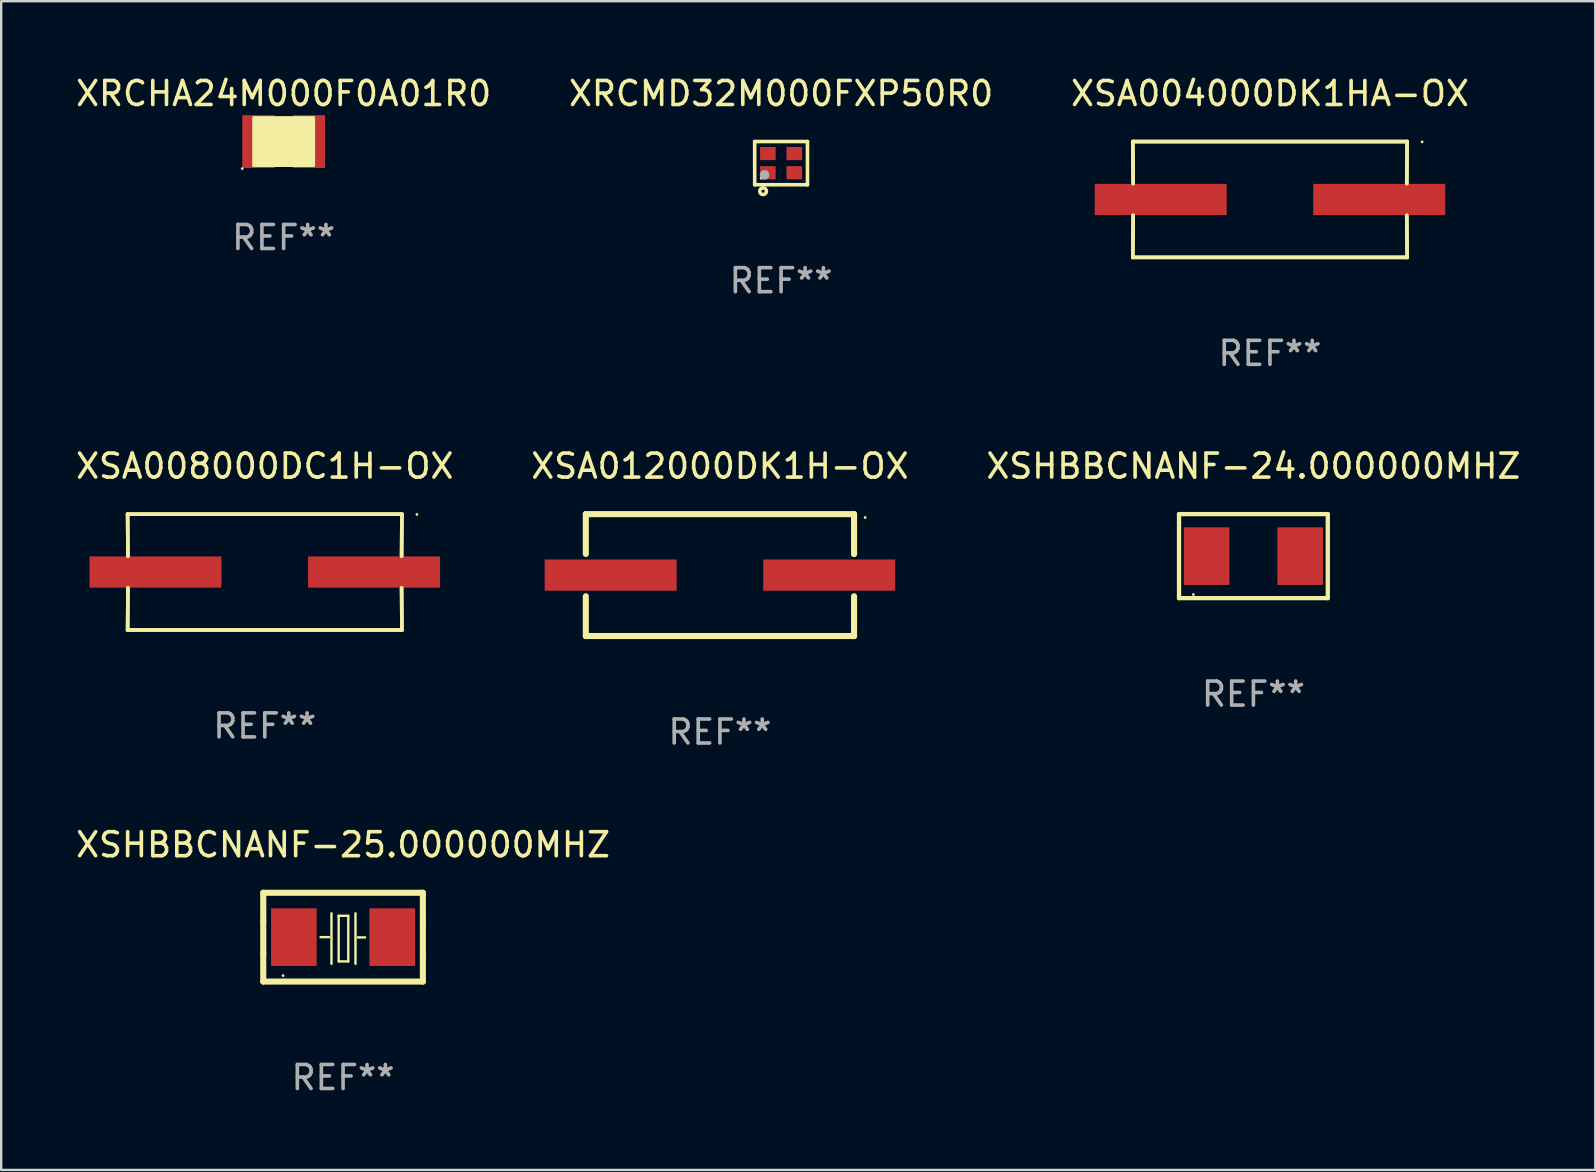
<source format=kicad_pcb>
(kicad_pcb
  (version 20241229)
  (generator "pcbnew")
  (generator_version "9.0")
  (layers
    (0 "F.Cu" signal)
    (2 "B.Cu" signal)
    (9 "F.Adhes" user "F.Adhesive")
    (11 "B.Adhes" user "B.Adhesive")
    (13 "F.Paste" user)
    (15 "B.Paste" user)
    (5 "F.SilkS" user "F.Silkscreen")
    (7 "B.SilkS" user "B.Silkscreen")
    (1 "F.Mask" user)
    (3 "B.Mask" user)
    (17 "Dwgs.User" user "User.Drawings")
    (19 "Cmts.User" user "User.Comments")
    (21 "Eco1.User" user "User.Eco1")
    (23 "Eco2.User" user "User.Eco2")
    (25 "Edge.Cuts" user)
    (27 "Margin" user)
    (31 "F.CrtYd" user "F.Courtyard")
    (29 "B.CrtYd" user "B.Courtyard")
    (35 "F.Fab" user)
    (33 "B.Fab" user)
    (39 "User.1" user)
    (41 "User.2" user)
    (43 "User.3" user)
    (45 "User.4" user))
  (footprint "XSA008000DC1H-OX"
    (layer "F.Cu")
    (at 7.982 20.784)
    (property "Reference" "XSA008000DC1H-OX" (at 0 -4.413 0) (layer "F.SilkS") (effects (font (size 1 1) (thickness 0.15))))
    (attr through_hole)
    (fp_line (start -5.715 -2.413) (end -5.7 -0.662) (stroke (width 0.152) (type solid)) (layer "F.SilkS"))
    (fp_line (start -5.715 -2.413) (end -5.7 -0.662) (stroke (width 0.152) (type solid)) (layer "F.SilkS"))
    (fp_line (start -5.715 2.413) (end 5.715 2.413) (stroke (width 0.152) (type solid)) (layer "F.SilkS"))
    (fp_line (start -5.715 2.413) (end 5.715 2.413) (stroke (width 0.152) (type solid)) (layer "F.SilkS"))
    (fp_line (start -5.7 0.662) (end -5.715 2.413) (stroke (width 0.152) (type solid)) (layer "F.SilkS"))
    (fp_line (start -5.7 0.662) (end -5.715 2.413) (stroke (width 0.152) (type solid)) (layer "F.SilkS"))
    (fp_line (start 5.7 -0.662) (end 5.715 -2.413) (stroke (width 0.152) (type solid)) (layer "F.SilkS"))
    (fp_line (start 5.7 -0.662) (end 5.715 -2.413) (stroke (width 0.152) (type solid)) (layer "F.SilkS"))
    (fp_line (start 5.715 -2.413) (end -5.715 -2.413) (stroke (width 0.152) (type solid)) (layer "F.SilkS"))
    (fp_line (start 5.715 -2.413) (end -5.715 -2.413) (stroke (width 0.152) (type solid)) (layer "F.SilkS"))
    (fp_line (start 5.715 2.413) (end 5.7 0.662) (stroke (width 0.152) (type solid)) (layer "F.SilkS"))
    (fp_line (start 5.715 2.413) (end 5.7 0.662) (stroke (width 0.152) (type solid)) (layer "F.SilkS"))
    (fp_circle (center 6.34 -2.4) (end 6.37 -2.4) (stroke (width 0.06) (type solid)) (fill no) (layer "F.SilkS"))
    (fp_text user "REF**" (at 0 6.413 0) (layer "F.Fab") (effects (font (size 1 1) (thickness 0.15))))
    (pad "1" smd rect (at 4.553 0) (size 5.5 1.3) (layers "F.Cu" "F.Mask" "F.Paste"))
    (pad "2" smd rect (at -4.553 0) (size 5.5 1.3) (layers "F.Cu" "F.Mask" "F.Paste")))
  (footprint "XRCHA24M000F0A01R0"
    (layer "F.Cu")
    (at 8.768 2.848)
    (property "Reference" "XRCHA24M000F0A01R0" (at 0 -2 0) (layer "F.SilkS") (effects (font (size 1 1) (thickness 0.15))))
    (attr through_hole)
    (fp_circle (center -1.724 1.127) (end -1.694 1.127) (stroke (width 0.06) (type solid)) (fill no) (layer "F.SilkS"))
    (fp_poly (pts (xy -1.25 -1) (xy 1.25 -1) (xy 1.25 1) (xy -1.25 1)) (stroke (width 0.12) (type solid)) (fill yes) (layer "F.SilkS"))
    (fp_text user "REF**" (at 0 4 0) (layer "F.Fab") (effects (font (size 1 1) (thickness 0.15))))
    (pad "1" smd rect (at -1.049 0) (size 1.35 2.2) (layers "F.Cu" "F.Mask" "F.Paste"))
    (pad "2" smd rect (at 1.049 0) (size 1.35 2.2) (layers "F.Cu" "F.Mask" "F.Paste")))
  (footprint "XSA004000DK1HA-OX"
    (layer "F.Cu")
    (at 49.863 5.261)
    (property "Reference" "XSA004000DK1HA-OX" (at 0 -4.413 0) (layer "F.SilkS") (effects (font (size 1 1) (thickness 0.15))))
    (attr through_hole)
    (fp_line (start -5.715 -2.413) (end -5.7 -0.662) (stroke (width 0.152) (type solid)) (layer "F.SilkS"))
    (fp_line (start -5.715 -2.413) (end -5.7 -0.662) (stroke (width 0.152) (type solid)) (layer "F.SilkS"))
    (fp_line (start -5.715 2.413) (end 5.715 2.413) (stroke (width 0.152) (type solid)) (layer "F.SilkS"))
    (fp_line (start -5.715 2.413) (end 5.715 2.413) (stroke (width 0.152) (type solid)) (layer "F.SilkS"))
    (fp_line (start -5.7 0.662) (end -5.715 2.413) (stroke (width 0.152) (type solid)) (layer "F.SilkS"))
    (fp_line (start -5.7 0.662) (end -5.715 2.413) (stroke (width 0.152) (type solid)) (layer "F.SilkS"))
    (fp_line (start 5.7 -0.662) (end 5.715 -2.413) (stroke (width 0.152) (type solid)) (layer "F.SilkS"))
    (fp_line (start 5.7 -0.662) (end 5.715 -2.413) (stroke (width 0.152) (type solid)) (layer "F.SilkS"))
    (fp_line (start 5.715 -2.413) (end -5.715 -2.413) (stroke (width 0.152) (type solid)) (layer "F.SilkS"))
    (fp_line (start 5.715 -2.413) (end -5.715 -2.413) (stroke (width 0.152) (type solid)) (layer "F.SilkS"))
    (fp_line (start 5.715 2.413) (end 5.7 0.662) (stroke (width 0.152) (type solid)) (layer "F.SilkS"))
    (fp_line (start 5.715 2.413) (end 5.7 0.662) (stroke (width 0.152) (type solid)) (layer "F.SilkS"))
    (fp_circle (center 6.34 -2.4) (end 6.37 -2.4) (stroke (width 0.06) (type solid)) (fill no) (layer "F.SilkS"))
    (fp_text user "REF**" (at 0 6.413 0) (layer "F.Fab") (effects (font (size 1 1) (thickness 0.15))))
    (pad "1" smd rect (at 4.553 0) (size 5.5 1.3) (layers "F.Cu" "F.Mask" "F.Paste"))
    (pad "2" smd rect (at -4.553 0) (size 5.5 1.3) (layers "F.Cu" "F.Mask" "F.Paste")))
  (footprint "XSHBBCNANF-24.000000MHZ"
    (layer "F.Cu")
    (at 49.173 20.121)
    (property "Reference" "XSHBBCNANF-24.000000MHZ" (at 0 -3.75 0) (layer "F.SilkS") (effects (font (size 1 1) (thickness 0.15))))
    (attr through_hole)
    (fp_line (start -3.099 -1.75) (end 3.099 -1.75) (stroke (width 0.18) (type solid)) (layer "F.SilkS"))
    (fp_line (start -3.099 -1.4) (end -3.099 -1.75) (stroke (width 0.18) (type solid)) (layer "F.SilkS"))
    (fp_line (start -3.099 1.75) (end -3.099 -1.4) (stroke (width 0.18) (type solid)) (layer "F.SilkS"))
    (fp_line (start 3.099 -1.75) (end 3.099 1.75) (stroke (width 0.18) (type solid)) (layer "F.SilkS"))
    (fp_line (start 3.099 1.75) (end -3.099 1.75) (stroke (width 0.18) (type solid)) (layer "F.SilkS"))
    (fp_circle (center -2.5 1.6) (end -2.47 1.6) (stroke (width 0.06) (type solid)) (fill no) (layer "F.SilkS"))
    (fp_text user "REF**" (at 0 5.75 0) (layer "F.Fab") (effects (font (size 1 1) (thickness 0.15))))
    (pad "1" smd rect (at -1.95 0) (size 1.9 2.4) (layers "F.Cu" "F.Mask" "F.Paste"))
    (pad "2" smd rect (at 1.95 0) (size 1.9 2.4) (layers "F.Cu" "F.Mask" "F.Paste")))
  (footprint "XSHBBCNANF-25.000000MHZ"
    (layer "F.Cu")
    (at 11.244 35.997)
    (property "Reference" "XSHBBCNANF-25.000000MHZ" (at 0 -3.85 0) (layer "F.SilkS") (effects (font (size 1 1) (thickness 0.15))))
    (attr through_hole)
    (fp_line (start -3.325 0.7) (end -3.325 -0.7) (stroke (width 0.254) (type solid)) (layer "F.SilkS"))
    (fp_line (start -3.325 -1.85) (end 3.325 -1.85) (stroke (width 0.254) (type solid)) (layer "F.SilkS"))
    (fp_line (start -3.325 -0.7) (end -3.325 -1.85) (stroke (width 0.254) (type solid)) (layer "F.SilkS"))
    (fp_line (start -3.325 1.85) (end -3.325 0.7) (stroke (width 0.254) (type solid)) (layer "F.SilkS"))
    (fp_line (start -0.94 -0.000127) (end -0.584 -0.000127) (stroke (width 0.1) (type solid)) (layer "F.SilkS"))
    (fp_line (start -0.483 -0.991) (end -0.483 1.109) (stroke (width 0.1) (type solid)) (layer "F.SilkS"))
    (fp_line (start -0.183 -0.891) (end -0.183 1.009) (stroke (width 0.1) (type solid)) (layer "F.SilkS"))
    (fp_line (start -0.183 1.009) (end 0.217 1.009) (stroke (width 0.1) (type solid)) (layer "F.SilkS"))
    (fp_line (start 0.217 -0.891) (end -0.183 -0.891) (stroke (width 0.1) (type solid)) (layer "F.SilkS"))
    (fp_line (start 0.217 1.009) (end 0.217 -0.891) (stroke (width 0.1) (type solid)) (layer "F.SilkS"))
    (fp_line (start 0.517 -0.991) (end 0.517 1.109) (stroke (width 0.1) (type solid)) (layer "F.SilkS"))
    (fp_line (start 0.617 0.009) (end 0.917 0.009) (stroke (width 0.1) (type solid)) (layer "F.SilkS"))
    (fp_line (start 3.325 -1.85) (end 3.325 -0.7) (stroke (width 0.254) (type solid)) (layer "F.SilkS"))
    (fp_line (start 3.325 0.7) (end 3.325 1.85) (stroke (width 0.254) (type solid)) (layer "F.SilkS"))
    (fp_line (start 3.325 1.85) (end -3.325 1.85) (stroke (width 0.254) (type solid)) (layer "F.SilkS"))
    (fp_line (start 3.325 -0.7) (end 3.325 0.7) (stroke (width 0.254) (type solid)) (layer "F.SilkS"))
    (fp_circle (center -2.5 1.6) (end -2.47 1.6) (stroke (width 0.06) (type solid)) (fill no) (layer "F.SilkS"))
    (fp_text user "REF**" (at 0 5.85 0) (layer "F.Fab") (effects (font (size 1 1) (thickness 0.15))))
    (pad "1" smd rect (at -2.05 -0.000127) (size 1.9 2.4) (layers "F.Cu" "F.Mask" "F.Paste"))
    (pad "2" smd rect (at 2.05 -0.000127) (size 1.9 2.4) (layers "F.Cu" "F.Mask" "F.Paste")))
  (footprint "XSA012000DK1H-OX"
    (layer "F.Cu")
    (at 26.946 20.911)
    (property "Reference" "XSA012000DK1H-OX" (at 0 -4.54 0) (layer "F.SilkS") (effects (font (size 1 1) (thickness 0.15))))
    (attr through_hole)
    (fp_line (start -5.588 -2.54) (end -5.588 -0.881) (stroke (width 0.254) (type solid)) (layer "F.SilkS"))
    (fp_line (start -5.588 0.881) (end -5.588 2.54) (stroke (width 0.254) (type solid)) (layer "F.SilkS"))
    (fp_line (start -5.588 2.54) (end 5.588 2.54) (stroke (width 0.254) (type solid)) (layer "F.SilkS"))
    (fp_line (start 5.588 -2.54) (end -5.588 -2.54) (stroke (width 0.254) (type solid)) (layer "F.SilkS"))
    (fp_line (start 5.588 -0.881) (end 5.588 -2.54) (stroke (width 0.254) (type solid)) (layer "F.SilkS"))
    (fp_line (start 5.588 -0.881) (end 5.588 -1.016) (stroke (width 0.254) (type solid)) (layer "F.SilkS"))
    (fp_line (start 5.588 2.54) (end 5.588 0.881) (stroke (width 0.254) (type solid)) (layer "F.SilkS"))
    (fp_circle (center 6.05 -2.4) (end 6.08 -2.4) (stroke (width 0.06) (type solid)) (fill no) (layer "F.SilkS"))
    (fp_text user "REF**" (at 0 6.54 0) (layer "F.Fab") (effects (font (size 1 1) (thickness 0.15))))
    (pad "1" smd rect (at 4.553 -0.000051) (size 5.5 1.3) (layers "F.Cu" "F.Mask" "F.Paste"))
    (pad "2" smd rect (at -4.553 -0.000051) (size 5.5 1.3) (layers "F.Cu" "F.Mask" "F.Paste")))
  (footprint "XRCMD32M000FXP50R0"
    (layer "F.Cu")
    (at 29.494 3.748)
    (property "Reference" "XRCMD32M000FXP50R0" (at 0 -2.9 0) (layer "F.SilkS") (effects (font (size 1 1) (thickness 0.15))))
    (attr through_hole)
    (fp_line (start -1.1 -0.9) (end -1.1 0.9) (stroke (width 0.15) (type solid)) (layer "F.SilkS"))
    (fp_line (start -1.1 -0.9) (end 1.1 -0.9) (stroke (width 0.15) (type solid)) (layer "F.SilkS"))
    (fp_line (start -1.1 0.9) (end 1.1 0.9) (stroke (width 0.15) (type solid)) (layer "F.SilkS"))
    (fp_line (start 1.1 -0.9) (end 1.1 0.9) (stroke (width 0.15) (type solid)) (layer "F.SilkS"))
    (fp_circle (center -0.825 0.625) (end -0.795 0.625) (stroke (width 0.06) (type solid)) (fill no) (layer "F.SilkS"))
    (fp_circle (center -0.75 1.17) (end -0.686 1.17) (stroke (width 0.15) (type solid)) (fill no) (layer "F.SilkS"))
    (fp_circle (center -0.69 0.49) (end -0.59 0.49) (stroke (width 0.2) (type solid)) (fill no) (layer "F.Fab"))
    (fp_text user "REF**" (at 0 4.9 0) (layer "F.Fab") (effects (font (size 1 1) (thickness 0.15))))
    (pad "1" smd rect (at -0.55 0.4) (size 0.65 0.55) (layers "F.Cu" "F.Mask" "F.Paste"))
    (pad "2" smd rect (at 0.55 0.4) (size 0.65 0.55) (layers "F.Cu" "F.Mask" "F.Paste"))
    (pad "3" smd rect (at 0.55 -0.4) (size 0.65 0.55) (layers "F.Cu" "F.Mask" "F.Paste"))
    (pad "4" smd rect (at -0.55 -0.4) (size 0.65 0.55) (layers "F.Cu" "F.Mask" "F.Paste")))
  (gr_rect
    (start -3 -3)
    (end 63.417 45.696)
    (stroke (width 0.1) (type default))
    (fill no)
    (layer "Edge.Cuts")))
</source>
